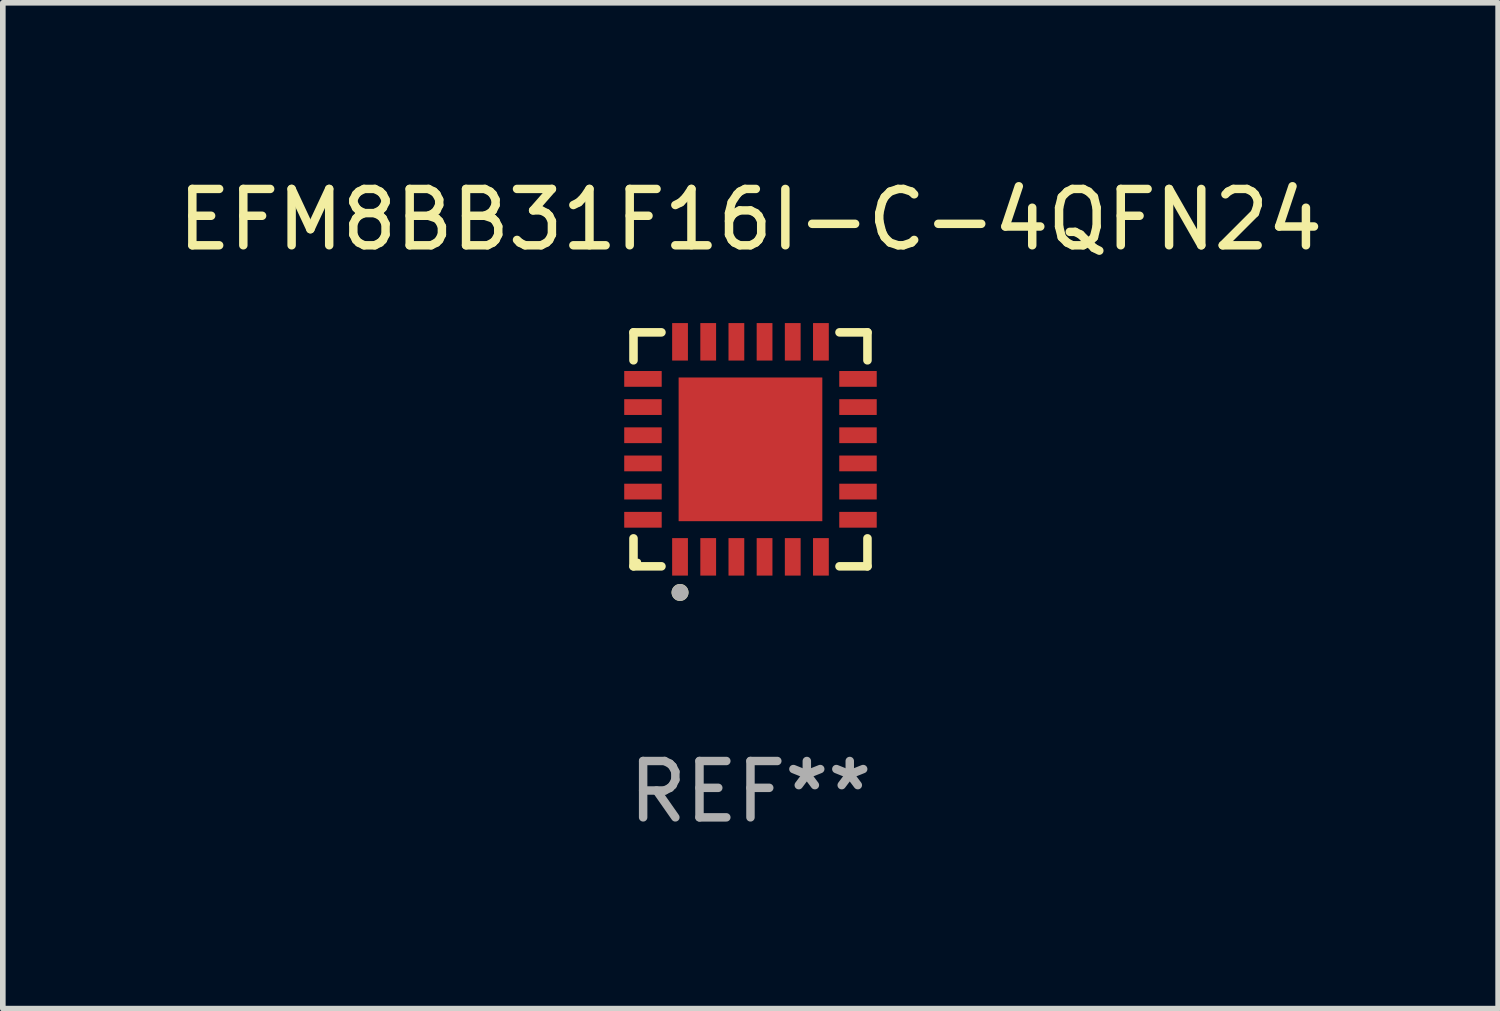
<source format=kicad_pcb>
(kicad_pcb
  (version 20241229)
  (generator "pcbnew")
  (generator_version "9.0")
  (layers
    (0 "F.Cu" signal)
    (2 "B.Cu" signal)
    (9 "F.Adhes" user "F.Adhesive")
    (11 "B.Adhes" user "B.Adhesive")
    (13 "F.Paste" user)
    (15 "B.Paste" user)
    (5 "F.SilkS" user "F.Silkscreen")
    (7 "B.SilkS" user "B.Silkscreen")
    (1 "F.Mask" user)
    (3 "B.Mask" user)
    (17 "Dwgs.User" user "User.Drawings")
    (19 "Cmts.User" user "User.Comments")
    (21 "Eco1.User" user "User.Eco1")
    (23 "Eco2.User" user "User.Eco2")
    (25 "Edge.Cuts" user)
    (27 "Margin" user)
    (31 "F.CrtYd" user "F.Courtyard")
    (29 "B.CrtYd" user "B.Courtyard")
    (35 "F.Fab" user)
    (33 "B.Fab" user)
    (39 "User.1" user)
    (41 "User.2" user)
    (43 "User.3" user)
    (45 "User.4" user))
  (footprint "EFM8BB31F16I-C-4QFN24"
    (layer "F.Cu")
    (at 10.268 4.924)
    (property "Reference" "EFM8BB31F16I-C-4QFN24" (at 0 -4.076 0) (layer "F.SilkS") (effects (font (size 1 1) (thickness 0.15))))
    (attr through_hole)
    (fp_line (start -2.076 -2.076) (end -1.58 -2.076) (stroke (width 0.152) (type solid)) (layer "F.SilkS"))
    (fp_line (start -2.076 -1.58) (end -2.076 -2.076) (stroke (width 0.152) (type solid)) (layer "F.SilkS"))
    (fp_line (start -2.076 1.58) (end -2.076 2.076) (stroke (width 0.152) (type solid)) (layer "F.SilkS"))
    (fp_line (start -2.076 2.076) (end -1.58 2.076) (stroke (width 0.152) (type solid)) (layer "F.SilkS"))
    (fp_line (start 2.076 -2.076) (end 1.58 -2.076) (stroke (width 0.152) (type solid)) (layer "F.SilkS"))
    (fp_line (start 2.076 -1.58) (end 2.076 -2.076) (stroke (width 0.152) (type solid)) (layer "F.SilkS"))
    (fp_line (start 2.076 1.58) (end 2.076 2.076) (stroke (width 0.152) (type solid)) (layer "F.SilkS"))
    (fp_line (start 2.076 2.076) (end 1.58 2.076) (stroke (width 0.152) (type solid)) (layer "F.SilkS"))
    (fp_circle (center -2 2) (end -1.97 2) (stroke (width 0.06) (type solid)) (fill no) (layer "F.SilkS"))
    (fp_circle (center -1.25 2.54) (end -1.175 2.54) (stroke (width 0.15) (type solid)) (fill no) (layer "F.SilkS"))
    (fp_circle (center -1.25 2.54) (end -1.175 2.54) (stroke (width 0.15) (type solid)) (fill no) (layer "F.Fab"))
    (fp_text user "REF**" (at 0 6.076 0) (layer "F.Fab") (effects (font (size 1 1) (thickness 0.15))))
    (pad "1" smd rect (at -1.25 1.908) (size 0.28 0.665) (layers "F.Cu" "F.Mask" "F.Paste"))
    (pad "2" smd rect (at -0.75 1.908) (size 0.28 0.665) (layers "F.Cu" "F.Mask" "F.Paste"))
    (pad "3" smd rect (at -0.25 1.908) (size 0.28 0.665) (layers "F.Cu" "F.Mask" "F.Paste"))
    (pad "4" smd rect (at 0.25 1.908) (size 0.28 0.665) (layers "F.Cu" "F.Mask" "F.Paste"))
    (pad "5" smd rect (at 0.75 1.908) (size 0.28 0.665) (layers "F.Cu" "F.Mask" "F.Paste"))
    (pad "6" smd rect (at 1.25 1.908) (size 0.28 0.665) (layers "F.Cu" "F.Mask" "F.Paste"))
    (pad "7" smd rect (at 1.908 1.25) (size 0.665 0.28) (layers "F.Cu" "F.Mask" "F.Paste"))
    (pad "8" smd rect (at 1.908 0.75) (size 0.665 0.28) (layers "F.Cu" "F.Mask" "F.Paste"))
    (pad "9" smd rect (at 1.908 0.25) (size 0.665 0.28) (layers "F.Cu" "F.Mask" "F.Paste"))
    (pad "10" smd rect (at 1.908 -0.25) (size 0.665 0.28) (layers "F.Cu" "F.Mask" "F.Paste"))
    (pad "11" smd rect (at 1.908 -0.75) (size 0.665 0.28) (layers "F.Cu" "F.Mask" "F.Paste"))
    (pad "12" smd rect (at 1.908 -1.25) (size 0.665 0.28) (layers "F.Cu" "F.Mask" "F.Paste"))
    (pad "13" smd rect (at 1.25 -1.908) (size 0.28 0.665) (layers "F.Cu" "F.Mask" "F.Paste"))
    (pad "14" smd rect (at 0.75 -1.908) (size 0.28 0.665) (layers "F.Cu" "F.Mask" "F.Paste"))
    (pad "15" smd rect (at 0.25 -1.908) (size 0.28 0.665) (layers "F.Cu" "F.Mask" "F.Paste"))
    (pad "16" smd rect (at -0.25 -1.908) (size 0.28 0.665) (layers "F.Cu" "F.Mask" "F.Paste"))
    (pad "17" smd rect (at -0.75 -1.908) (size 0.28 0.665) (layers "F.Cu" "F.Mask" "F.Paste"))
    (pad "18" smd rect (at -1.25 -1.908) (size 0.28 0.665) (layers "F.Cu" "F.Mask" "F.Paste"))
    (pad "19" smd rect (at -1.908 -1.25) (size 0.665 0.28) (layers "F.Cu" "F.Mask" "F.Paste"))
    (pad "20" smd rect (at -1.908 -0.75) (size 0.665 0.28) (layers "F.Cu" "F.Mask" "F.Paste"))
    (pad "21" smd rect (at -1.908 -0.25) (size 0.665 0.28) (layers "F.Cu" "F.Mask" "F.Paste"))
    (pad "22" smd rect (at -1.908 0.25) (size 0.665 0.28) (layers "F.Cu" "F.Mask" "F.Paste"))
    (pad "23" smd rect (at -1.908 0.75) (size 0.665 0.28) (layers "F.Cu" "F.Mask" "F.Paste"))
    (pad "24" smd rect (at -1.908 1.25) (size 0.665 0.28) (layers "F.Cu" "F.Mask" "F.Paste"))
    (pad "25" smd rect (at 0 0) (size 2.55 2.55) (layers "F.Cu" "F.Mask" "F.Paste")))
  (gr_rect
    (start -3 -3)
    (end 23.536 14.849)
    (stroke (width 0.1) (type default))
    (fill no)
    (layer "Edge.Cuts")))
</source>
